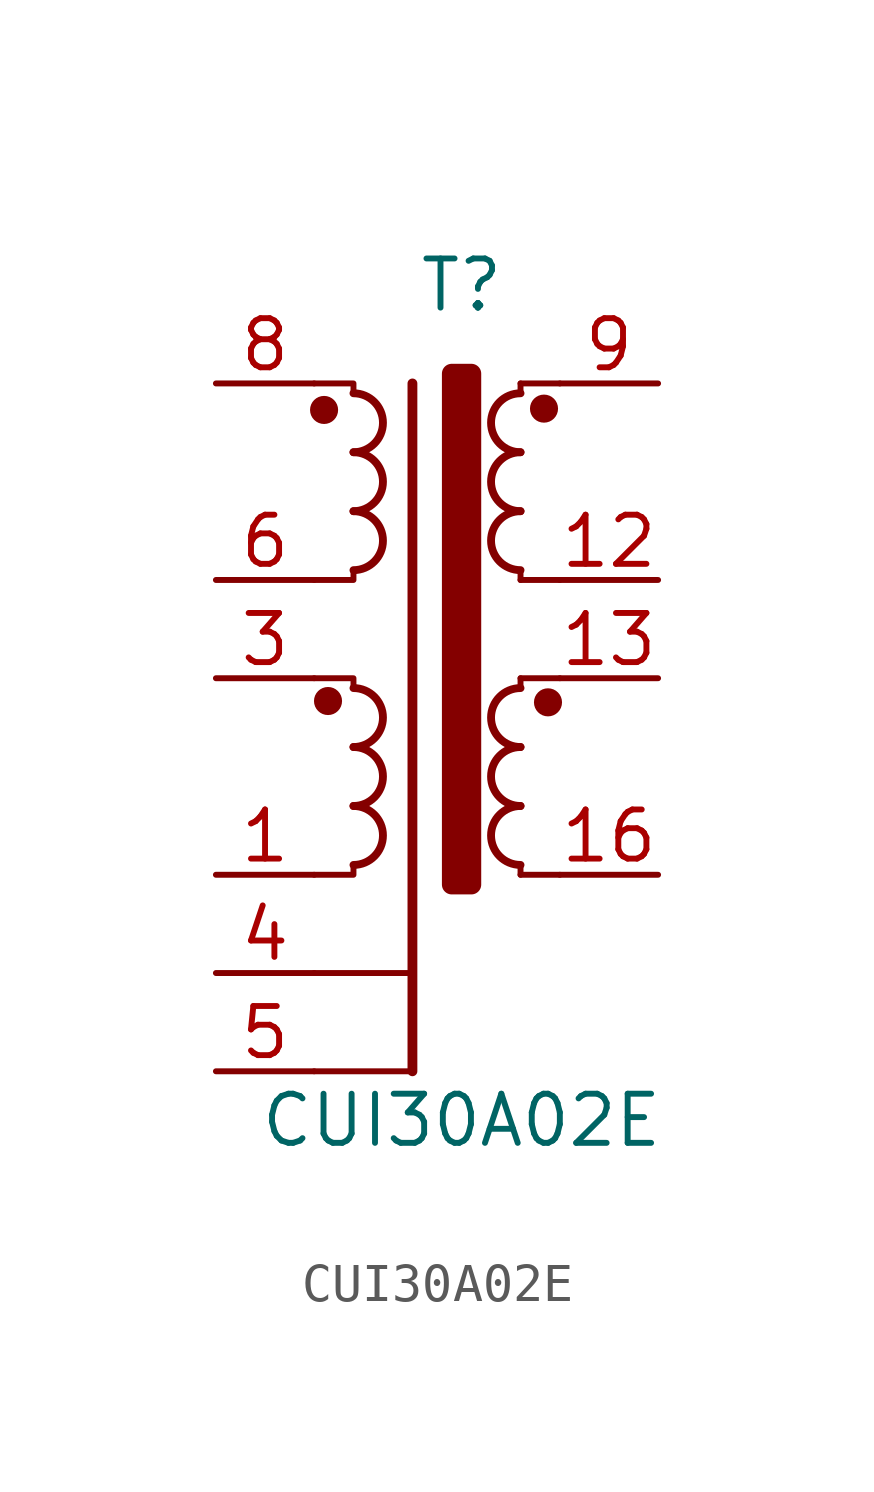
<source format=kicad_sym>
(kicad_symbol_lib
  (version 20220914)
  (generator kicad_symbol_editor)
  (symbol "CUI30A02E"
    (pin_names
      (offset 0) hide)
    (property "Reference" "T"
      (at 0 10.16 0)
      (effects (font (size 1.27 1.27))))
    (property "Value" "CUI30A02E"
      (at 0 -11.43 0)
      (effects (font (size 1.27 1.27))))
    (symbol "CUI30A02E_0_1"
      (circle (center -3.554 6.935) (radius 0.331) (stroke (width 0.064) (type default)) (fill (type outline)))
      (circle (center -3.452 -0.589) (radius 0.331) (stroke (width 0.064) (type default)) (fill (type outline)))
      (arc (start -2.794 -4.826) (mid -2.0353 -4.064) (end -2.794 -3.302) (stroke (width 0.2032) (type default)) (fill (type none)))
      (arc (start -2.794 -3.302) (mid -2.0353 -2.54) (end -2.794 -1.778) (stroke (width 0.2032) (type default)) (fill (type none)))
      (arc (start -2.794 -1.778) (mid -2.0353 -1.016) (end -2.794 -0.254) (stroke (width 0.2032) (type default)) (fill (type none)))
      (arc (start -2.794 2.794) (mid -2.0353 3.556) (end -2.794 4.318) (stroke (width 0.2032) (type default)) (fill (type none)))
      (arc (start -2.794 4.318) (mid -2.0353 5.08) (end -2.794 5.842) (stroke (width 0.2032) (type default)) (fill (type none)))
      (arc (start -2.794 5.842) (mid -2.0353 6.604) (end -2.794 7.366) (stroke (width 0.2032) (type default)) (fill (type none)))
      (rectangle (start -0.254 7.874) (end 0.254 -5.334) (stroke (width 0.508) (type default)) (fill (type outline)))
      (polyline (pts (xy -3.81 -10.16) (xy -1.27 -10.16)) (stroke (width 0) (type default)) (fill (type none)))
      (polyline (pts (xy -3.81 -7.62) (xy -1.27 -7.62)) (stroke (width 0) (type default)) (fill (type none)))
      (polyline (pts (xy -1.27 7.62) (xy -1.27 -10.16)) (stroke (width 0.254) (type default)) (fill (type none)))
      (polyline (pts (xy 1.524 -4.826) (xy 1.524 -5.08) (xy 1.524 -5.08)) (stroke (width 0) (type default)) (fill (type outline)))
      (polyline (pts (xy 1.524 0) (xy 1.524 -0.254) (xy 1.524 -0.254)) (stroke (width 0) (type default)) (fill (type outline)))
      (polyline (pts (xy 1.524 0) (xy 2.54 0) (xy 2.54 0)) (stroke (width 0) (type default)) (fill (type none)))
      (polyline (pts (xy 1.524 2.54) (xy 1.524 2.794) (xy 1.524 2.794)) (stroke (width 0) (type default)) (fill (type outline)))
      (polyline (pts (xy 1.524 2.54) (xy 2.54 2.54) (xy 2.54 2.54)) (stroke (width 0) (type default)) (fill (type none)))
      (polyline (pts (xy 1.524 7.62) (xy 1.524 7.366) (xy 1.524 7.366)) (stroke (width 0) (type default)) (fill (type outline)))
      (polyline (pts (xy 1.524 7.62) (xy 2.54 7.62) (xy 2.54 7.62)) (stroke (width 0) (type default)) (fill (type none)))
      (polyline (pts (xy 2.54 -5.08) (xy 1.524 -5.08) (xy 1.524 -5.08)) (stroke (width 0) (type default)) (fill (type none)))
      (polyline (pts (xy -2.794 -4.826) (xy -2.794 -5.08) (xy -3.81 -5.08) (xy -3.81 -5.08)) (stroke (width 0) (type default)) (fill (type none)))
      (polyline (pts (xy -2.794 -0.254) (xy -2.794 0) (xy -3.81 0) (xy -3.81 0)) (stroke (width 0) (type default)) (fill (type none)))
      (polyline (pts (xy -2.794 2.794) (xy -2.794 2.54) (xy -3.81 2.54) (xy -3.81 2.54)) (stroke (width 0) (type default)) (fill (type none)))
      (polyline (pts (xy -2.794 7.366) (xy -2.794 7.62) (xy -3.81 7.62) (xy -3.81 7.62)) (stroke (width 0) (type default)) (fill (type none)))
      (arc (start 1.524 -3.302) (mid 0.7653 -4.064) (end 1.524 -4.826) (stroke (width 0.2032) (type default)) (fill (type none)))
      (arc (start 1.524 -1.778) (mid 0.7653 -2.54) (end 1.524 -3.302) (stroke (width 0.2032) (type default)) (fill (type none)))
      (arc (start 1.524 -0.254) (mid 0.7653 -1.016) (end 1.524 -1.778) (stroke (width 0.2032) (type default)) (fill (type none)))
      (arc (start 1.524 4.318) (mid 0.7653 3.556) (end 1.524 2.794) (stroke (width 0.2032) (type default)) (fill (type none)))
      (arc (start 1.524 5.842) (mid 0.7653 5.08) (end 1.524 4.318) (stroke (width 0.2032) (type default)) (fill (type none)))
      (arc (start 1.524 7.366) (mid 0.7653 6.604) (end 1.524 5.842) (stroke (width 0.2032) (type default)) (fill (type none)))
      (circle (center 2.131 6.969) (radius 0.331) (stroke (width 0.064) (type default)) (fill (type outline)))
      (circle (center 2.234 -0.623) (radius 0.331) (stroke (width 0.064) (type default)) (fill (type outline))))
    (symbol "CUI30A02E_1_1"
      (pin passive line (at -6.35 -5.08 0) (length 2.54) (name "~" (effects (font (size 1.27 1.27)))) (number "1" (effects (font (size 1.27 1.27)))))
      (pin no_connect line (at 5.08 -7.62 180) (length 5.08) hide (name "NC" (effects (font (size 1.27 1.27)))) (number "10" (effects (font (size 1.27 1.27)))))
      (pin passive line (at 5.08 2.54 180) (length 2.54) (name "~" (effects (font (size 1.27 1.27)))) (number "12" (effects (font (size 1.27 1.27)))))
      (pin passive line (at 5.08 0 180) (length 2.54) (name "~" (effects (font (size 1.27 1.27)))) (number "13" (effects (font (size 1.27 1.27)))))
      (pin no_connect line (at 5.08 -8.89 180) (length 5.08) hide (name "NC" (effects (font (size 1.27 1.27)))) (number "15" (effects (font (size 1.27 1.27)))))
      (pin passive line (at 5.08 -5.08 180) (length 2.54) (name "~" (effects (font (size 1.27 1.27)))) (number "16" (effects (font (size 1.27 1.27)))))
      (pin passive line (at -6.35 0 0) (length 2.54) (name "~" (effects (font (size 1.27 1.27)))) (number "3" (effects (font (size 1.27 1.27)))))
      (pin passive line (at -6.35 -7.62 0) (length 2.54) (name "Screens" (effects (font (size 1.27 1.27)))) (number "4" (effects (font (size 1.27 1.27)))))
      (pin passive line (at -6.35 -10.16 0) (length 2.54) (name "Screens" (effects (font (size 1.27 1.27)))) (number "5" (effects (font (size 1.27 1.27)))))
      (pin passive line (at -6.35 2.54 0) (length 2.54) (name "~" (effects (font (size 1.27 1.27)))) (number "6" (effects (font (size 1.27 1.27)))))
      (pin passive line (at -6.35 7.62 0) (length 2.54) (name "~" (effects (font (size 1.27 1.27)))) (number "8" (effects (font (size 1.27 1.27)))))
      (pin passive line (at 5.08 7.62 180) (length 2.54) (name "~" (effects (font (size 1.27 1.27)))) (number "9" (effects (font (size 1.27 1.27))))))))
</source>
